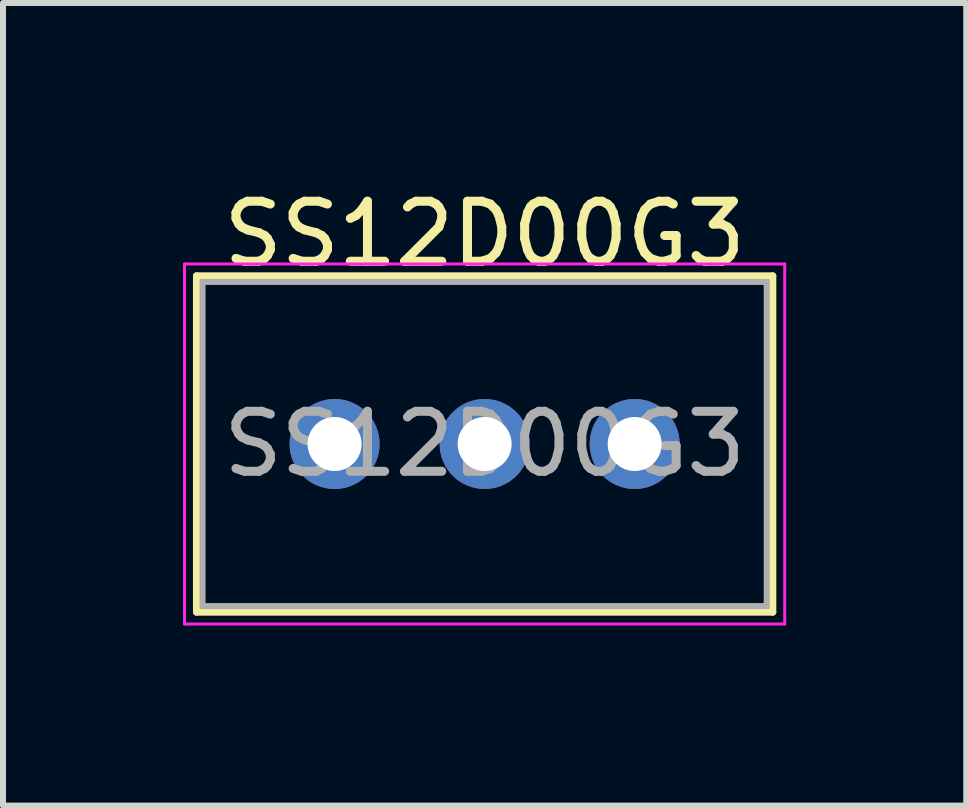
<source format=kicad_pcb>
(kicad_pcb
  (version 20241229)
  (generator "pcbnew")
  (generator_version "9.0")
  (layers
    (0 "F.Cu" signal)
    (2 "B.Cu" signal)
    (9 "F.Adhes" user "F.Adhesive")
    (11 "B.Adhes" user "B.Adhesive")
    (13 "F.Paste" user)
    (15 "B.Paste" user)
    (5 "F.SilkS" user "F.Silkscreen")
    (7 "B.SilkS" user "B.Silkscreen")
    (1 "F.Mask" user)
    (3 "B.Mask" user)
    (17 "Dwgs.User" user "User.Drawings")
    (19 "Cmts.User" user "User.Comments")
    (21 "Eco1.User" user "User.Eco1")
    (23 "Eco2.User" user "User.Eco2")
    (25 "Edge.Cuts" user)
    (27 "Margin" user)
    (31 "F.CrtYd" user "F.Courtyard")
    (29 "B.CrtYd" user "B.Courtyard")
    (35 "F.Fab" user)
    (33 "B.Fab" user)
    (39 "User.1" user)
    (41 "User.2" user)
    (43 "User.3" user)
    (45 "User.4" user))
  (footprint "SS12D00G3"
    (layer "F.Cu")
    (at 2.525 4.348)
    (property "Reference" "SS12D00G3" (at 2.5 -3.5 0) (layer "F.SilkS") (effects (font (size 1 1) (thickness 0.15))))
    (attr through_hole)
    (fp_line (start -2.3 -2.8) (end -2.3 2.8) (stroke (width 0.12) (type solid)) (layer "F.SilkS"))
    (fp_line (start -2.3 -2.8) (end 7.3 -2.8) (stroke (width 0.12) (type solid)) (layer "F.SilkS"))
    (fp_line (start -2.3 2.8) (end 7.3 2.8) (stroke (width 0.12) (type solid)) (layer "F.SilkS"))
    (fp_line (start 7.3 -2.8) (end 7.3 2.8) (stroke (width 0.12) (type solid)) (layer "F.SilkS"))
    (fp_line (start -2.5 -3) (end -2.5 3) (stroke (width 0.05) (type solid)) (layer "F.CrtYd"))
    (fp_line (start -2.5 -3) (end 7.5 -3) (stroke (width 0.05) (type solid)) (layer "F.CrtYd"))
    (fp_line (start -2.5 3) (end 7.5 3) (stroke (width 0.05) (type solid)) (layer "F.CrtYd"))
    (fp_line (start 7.5 -3) (end 7.5 3) (stroke (width 0.05) (type solid)) (layer "F.CrtYd"))
    (fp_line (start -2.2 -2.7) (end -2.2 2.7) (stroke (width 0.1) (type solid)) (layer "F.Fab"))
    (fp_line (start -2.2 -2.7) (end 7.2 -2.7) (stroke (width 0.1) (type solid)) (layer "F.Fab"))
    (fp_line (start -2.2 2.7) (end 7.2 2.7) (stroke (width 0.1) (type solid)) (layer "F.Fab"))
    (fp_line (start 7.2 -2.7) (end 7.2 2.7) (stroke (width 0.1) (type solid)) (layer "F.Fab"))
    (fp_text user "${REFERENCE}" (at 2.5 0 0) (layer "F.Fab") (effects (font (size 1 1) (thickness 0.15))))
    (pad "1" thru_hole circle (at 0 0) (size 1.5 1.5) (drill 0.9) (layers "*.Cu" "*.Mask"))
    (pad "2" thru_hole circle (at 2.5 0) (size 1.5 1.5) (drill 0.9) (layers "*.Cu" "*.Mask"))
    (pad "3" thru_hole circle (at 5 0) (size 1.5 1.5) (drill 0.9) (layers "*.Cu" "*.Mask")))
  (gr_rect
    (start -3 -3)
    (end 13.05 10.373)
    (stroke (width 0.1) (type default))
    (fill no)
    (layer "Edge.Cuts")))
</source>
